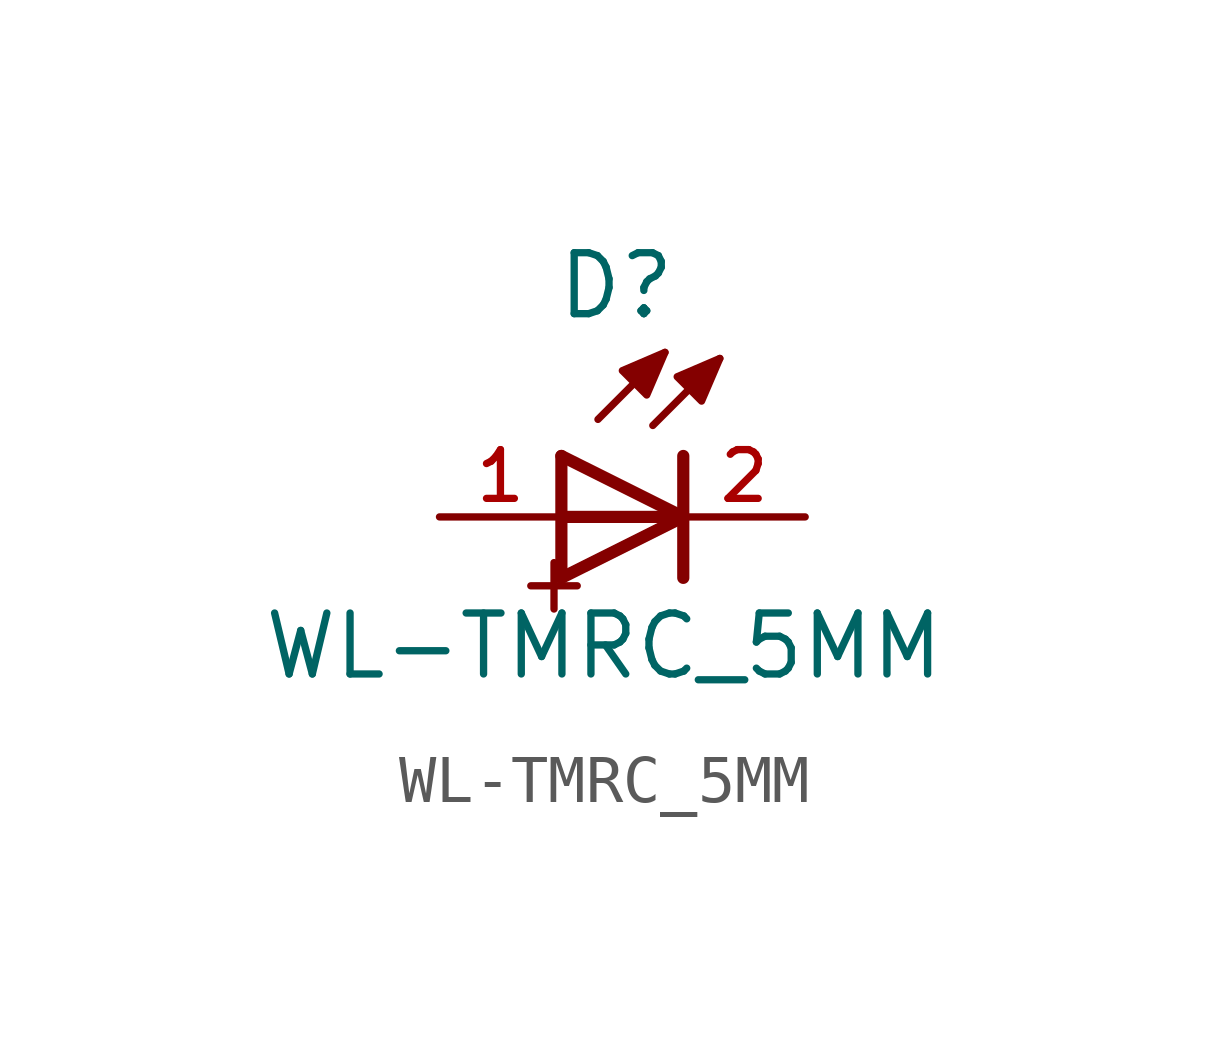
<source format=kicad_sym>
(kicad_symbol_lib
  (version 20211014)
  (generator kicad_symbol_editor)
  (symbol "WL-TMRC_5MM"
    (pin_names
      (offset 1.016))
    (property "Reference" "D"
      (at -1.396 4.072 0)
      (effects (font (size 1.27 1.27)) (justify bottom)))
    (property "Value" "WL-TMRC_5MM"
      (at -1.652 -3.436 0)
      (effects (font (size 1.27 1.27)) (justify bottom)))
    (symbol "WL-TMRC_5MM_0_0"
      (text "+" (at -3.58 -1.34 0) (effects (font (size 1.27 1.27)) (justify left)))
      (polyline (pts (xy -2.54 -1.27) (xy 0.0 0.0)) (stroke (width 0.254)))
      (polyline (pts (xy 0.0 0.0) (xy -2.54 1.27)) (stroke (width 0.254)))
      (polyline (pts (xy 0.0 -1.27) (xy 0.0 0.0)) (stroke (width 0.254)))
      (polyline (pts (xy 0.0 0.0) (xy 0.0 1.27)) (stroke (width 0.254)))
      (polyline (pts (xy -2.54 -1.27) (xy -2.54 0.0)) (stroke (width 0.254)))
      (polyline (pts (xy -2.54 0.0) (xy -2.54 1.27)) (stroke (width 0.254)))
      (polyline (pts (xy -1.778 2.032) (xy -0.381 3.429)) (stroke (width 0.152)))
      (polyline (pts (xy -0.635 1.905) (xy 0.762 3.302)) (stroke (width 0.152)))
      (polyline (pts (xy 0.0 0.0) (xy -2.54 0.0)) (stroke (width 0.254)))
      (polyline (pts (xy -0.381 3.429) (xy -1.27 3.048) (xy -0.762 2.54) (xy -0.381 3.429)) (stroke (width 0.152)) (fill (type outline)))
      (polyline (pts (xy 0.762 3.302) (xy -0.127 2.921) (xy 0.381 2.413) (xy 0.762 3.302)) (stroke (width 0.152)) (fill (type outline)))
      (pin passive line (at -5.08 0.0 0) (length 2.54) (name "~" (effects (font (size 1.016 1.016)))) (number "1" (effects (font (size 1.016 1.016)))))
      (pin passive line (at 2.54 0.0 180.0) (length 2.54) (name "~" (effects (font (size 1.016 1.016)))) (number "2" (effects (font (size 1.016 1.016))))))))
</source>
